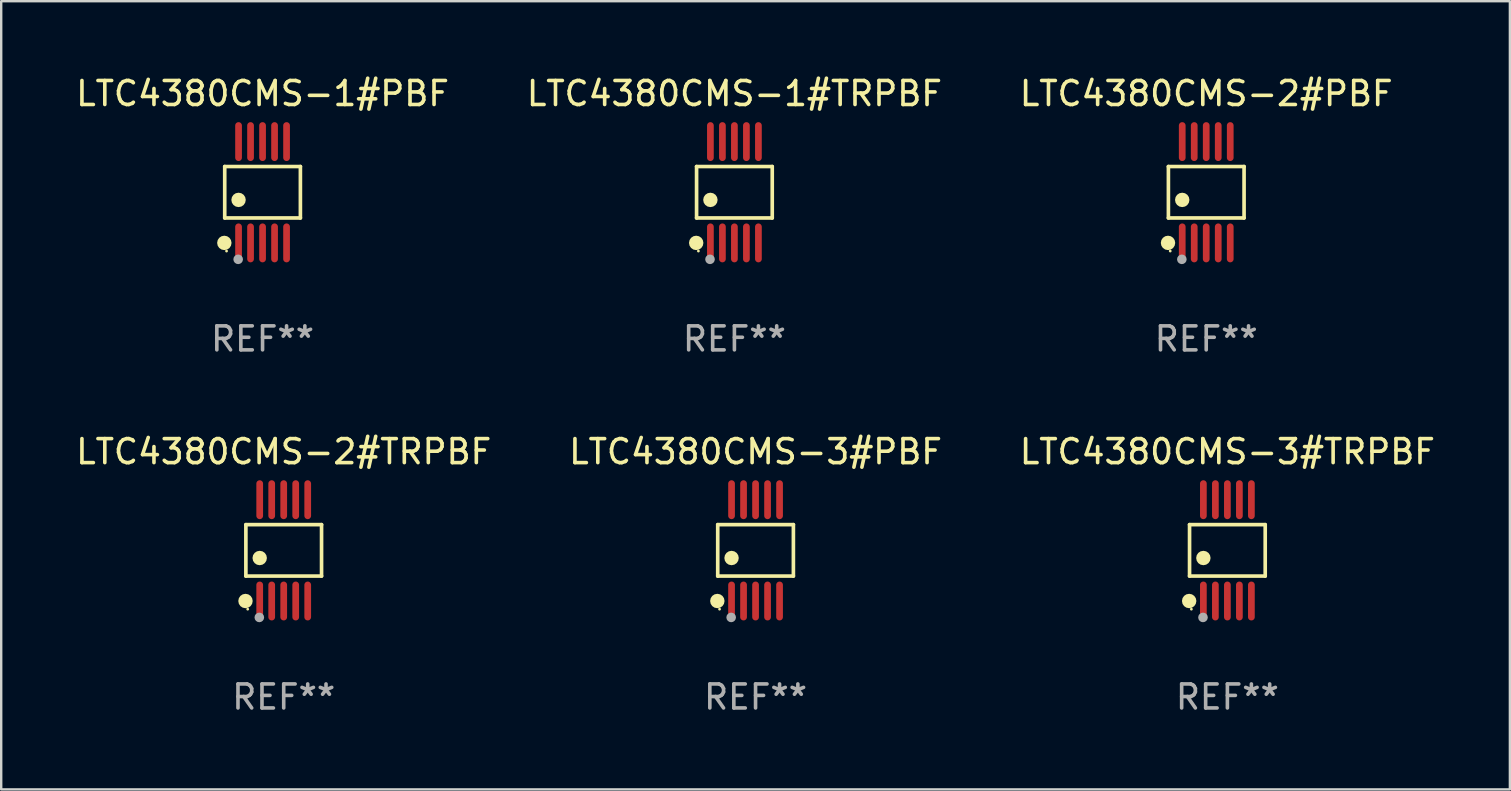
<source format=kicad_pcb>
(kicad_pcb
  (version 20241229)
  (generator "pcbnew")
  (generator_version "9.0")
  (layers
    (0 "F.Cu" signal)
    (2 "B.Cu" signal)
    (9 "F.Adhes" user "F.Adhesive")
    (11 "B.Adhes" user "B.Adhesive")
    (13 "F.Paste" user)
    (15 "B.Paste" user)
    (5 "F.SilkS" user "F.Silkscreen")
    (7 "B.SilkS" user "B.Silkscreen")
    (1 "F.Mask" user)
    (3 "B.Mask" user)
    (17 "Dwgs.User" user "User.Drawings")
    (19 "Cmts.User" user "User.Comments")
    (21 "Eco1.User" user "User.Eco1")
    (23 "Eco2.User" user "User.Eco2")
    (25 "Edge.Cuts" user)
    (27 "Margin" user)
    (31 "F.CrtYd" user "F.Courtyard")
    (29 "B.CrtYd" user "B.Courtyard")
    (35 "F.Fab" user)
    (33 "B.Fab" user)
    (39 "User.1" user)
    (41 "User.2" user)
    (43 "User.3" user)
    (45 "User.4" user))
  (footprint "LTC4380CMS-2#PBF"
    (layer "F.Cu")
    (at 47.196 4.958)
    (property "Reference" "LTC4380CMS-2#PBF" (at 0 -4.11 0) (layer "F.SilkS") (effects (font (size 1 1) (thickness 0.15))))
    (attr through_hole)
    (fp_line (start -1.576 -1.071) (end 1.576 -1.071) (stroke (width 0.152) (type solid)) (layer "F.SilkS"))
    (fp_line (start -1.576 1.071) (end -1.576 -1.071) (stroke (width 0.152) (type solid)) (layer "F.SilkS"))
    (fp_line (start 1.576 -1.071) (end 1.576 1.071) (stroke (width 0.152) (type solid)) (layer "F.SilkS"))
    (fp_line (start 1.576 1.071) (end -1.576 1.071) (stroke (width 0.152) (type solid)) (layer "F.SilkS"))
    (fp_circle (center -1.592 2.11) (end -1.442 2.11) (stroke (width 0.3) (type solid)) (fill no) (layer "F.SilkS"))
    (fp_circle (center -1.5 2.45) (end -1.47 2.45) (stroke (width 0.06) (type solid)) (fill no) (layer "F.SilkS"))
    (fp_circle (center -1 0.319) (end -0.85 0.319) (stroke (width 0.3) (type solid)) (fill no) (layer "F.SilkS"))
    (fp_circle (center -1.016 2.794) (end -0.916 2.794) (stroke (width 0.2) (type solid)) (fill no) (layer "F.Fab"))
    (fp_text user "REF**" (at 0 6.11 0) (layer "F.Fab") (effects (font (size 1 1) (thickness 0.15))))
    (pad "1" smd oval (at -1 2.11) (size 0.28 1.62) (layers "F.Cu" "F.Mask" "F.Paste"))
    (pad "2" smd oval (at -0.5 2.11) (size 0.28 1.62) (layers "F.Cu" "F.Mask" "F.Paste"))
    (pad "3" smd oval (at 0 2.11) (size 0.28 1.62) (layers "F.Cu" "F.Mask" "F.Paste"))
    (pad "4" smd oval (at 0.5 2.11) (size 0.28 1.62) (layers "F.Cu" "F.Mask" "F.Paste"))
    (pad "5" smd oval (at 1 2.11) (size 0.28 1.62) (layers "F.Cu" "F.Mask" "F.Paste"))
    (pad "6" smd oval (at 1 -2.11) (size 0.28 1.62) (layers "F.Cu" "F.Mask" "F.Paste"))
    (pad "7" smd oval (at 0.5 -2.11) (size 0.28 1.62) (layers "F.Cu" "F.Mask" "F.Paste"))
    (pad "8" smd oval (at 0 -2.11) (size 0.28 1.62) (layers "F.Cu" "F.Mask" "F.Paste"))
    (pad "9" smd oval (at -0.5 -2.11) (size 0.28 1.62) (layers "F.Cu" "F.Mask" "F.Paste"))
    (pad "10" smd oval (at -1 -2.11) (size 0.28 1.62) (layers "F.Cu" "F.Mask" "F.Paste")))
  (footprint "LTC4380CMS-3#PBF"
    (layer "F.Cu")
    (at 28.423 19.875)
    (property "Reference" "LTC4380CMS-3#PBF" (at 0 -4.11 0) (layer "F.SilkS") (effects (font (size 1 1) (thickness 0.15))))
    (attr through_hole)
    (fp_line (start -1.576 -1.071) (end 1.576 -1.071) (stroke (width 0.152) (type solid)) (layer "F.SilkS"))
    (fp_line (start -1.576 1.071) (end -1.576 -1.071) (stroke (width 0.152) (type solid)) (layer "F.SilkS"))
    (fp_line (start 1.576 -1.071) (end 1.576 1.071) (stroke (width 0.152) (type solid)) (layer "F.SilkS"))
    (fp_line (start 1.576 1.071) (end -1.576 1.071) (stroke (width 0.152) (type solid)) (layer "F.SilkS"))
    (fp_circle (center -1.592 2.11) (end -1.442 2.11) (stroke (width 0.3) (type solid)) (fill no) (layer "F.SilkS"))
    (fp_circle (center -1.5 2.45) (end -1.47 2.45) (stroke (width 0.06) (type solid)) (fill no) (layer "F.SilkS"))
    (fp_circle (center -1 0.319) (end -0.85 0.319) (stroke (width 0.3) (type solid)) (fill no) (layer "F.SilkS"))
    (fp_circle (center -1.016 2.794) (end -0.916 2.794) (stroke (width 0.2) (type solid)) (fill no) (layer "F.Fab"))
    (fp_text user "REF**" (at 0 6.11 0) (layer "F.Fab") (effects (font (size 1 1) (thickness 0.15))))
    (pad "1" smd oval (at -1 2.11) (size 0.28 1.62) (layers "F.Cu" "F.Mask" "F.Paste"))
    (pad "2" smd oval (at -0.5 2.11) (size 0.28 1.62) (layers "F.Cu" "F.Mask" "F.Paste"))
    (pad "3" smd oval (at 0 2.11) (size 0.28 1.62) (layers "F.Cu" "F.Mask" "F.Paste"))
    (pad "4" smd oval (at 0.5 2.11) (size 0.28 1.62) (layers "F.Cu" "F.Mask" "F.Paste"))
    (pad "5" smd oval (at 1 2.11) (size 0.28 1.62) (layers "F.Cu" "F.Mask" "F.Paste"))
    (pad "6" smd oval (at 1 -2.11) (size 0.28 1.62) (layers "F.Cu" "F.Mask" "F.Paste"))
    (pad "7" smd oval (at 0.5 -2.11) (size 0.28 1.62) (layers "F.Cu" "F.Mask" "F.Paste"))
    (pad "8" smd oval (at 0 -2.11) (size 0.28 1.62) (layers "F.Cu" "F.Mask" "F.Paste"))
    (pad "9" smd oval (at -0.5 -2.11) (size 0.28 1.62) (layers "F.Cu" "F.Mask" "F.Paste"))
    (pad "10" smd oval (at -1 -2.11) (size 0.28 1.62) (layers "F.Cu" "F.Mask" "F.Paste")))
  (footprint "LTC4380CMS-3#TRPBF"
    (layer "F.Cu")
    (at 48.077 19.875)
    (property "Reference" "LTC4380CMS-3#TRPBF" (at 0 -4.11 0) (layer "F.SilkS") (effects (font (size 1 1) (thickness 0.15))))
    (attr through_hole)
    (fp_line (start -1.576 -1.071) (end 1.576 -1.071) (stroke (width 0.152) (type solid)) (layer "F.SilkS"))
    (fp_line (start -1.576 1.071) (end -1.576 -1.071) (stroke (width 0.152) (type solid)) (layer "F.SilkS"))
    (fp_line (start 1.576 -1.071) (end 1.576 1.071) (stroke (width 0.152) (type solid)) (layer "F.SilkS"))
    (fp_line (start 1.576 1.071) (end -1.576 1.071) (stroke (width 0.152) (type solid)) (layer "F.SilkS"))
    (fp_circle (center -1.592 2.11) (end -1.442 2.11) (stroke (width 0.3) (type solid)) (fill no) (layer "F.SilkS"))
    (fp_circle (center -1.5 2.45) (end -1.47 2.45) (stroke (width 0.06) (type solid)) (fill no) (layer "F.SilkS"))
    (fp_circle (center -1 0.319) (end -0.85 0.319) (stroke (width 0.3) (type solid)) (fill no) (layer "F.SilkS"))
    (fp_circle (center -1.016 2.794) (end -0.916 2.794) (stroke (width 0.2) (type solid)) (fill no) (layer "F.Fab"))
    (fp_text user "REF**" (at 0 6.11 0) (layer "F.Fab") (effects (font (size 1 1) (thickness 0.15))))
    (pad "1" smd oval (at -1 2.11) (size 0.28 1.62) (layers "F.Cu" "F.Mask" "F.Paste"))
    (pad "2" smd oval (at -0.5 2.11) (size 0.28 1.62) (layers "F.Cu" "F.Mask" "F.Paste"))
    (pad "3" smd oval (at 0 2.11) (size 0.28 1.62) (layers "F.Cu" "F.Mask" "F.Paste"))
    (pad "4" smd oval (at 0.5 2.11) (size 0.28 1.62) (layers "F.Cu" "F.Mask" "F.Paste"))
    (pad "5" smd oval (at 1 2.11) (size 0.28 1.62) (layers "F.Cu" "F.Mask" "F.Paste"))
    (pad "6" smd oval (at 1 -2.11) (size 0.28 1.62) (layers "F.Cu" "F.Mask" "F.Paste"))
    (pad "7" smd oval (at 0.5 -2.11) (size 0.28 1.62) (layers "F.Cu" "F.Mask" "F.Paste"))
    (pad "8" smd oval (at 0 -2.11) (size 0.28 1.62) (layers "F.Cu" "F.Mask" "F.Paste"))
    (pad "9" smd oval (at -0.5 -2.11) (size 0.28 1.62) (layers "F.Cu" "F.Mask" "F.Paste"))
    (pad "10" smd oval (at -1 -2.11) (size 0.28 1.62) (layers "F.Cu" "F.Mask" "F.Paste")))
  (footprint "LTC4380CMS-2#TRPBF"
    (layer "F.Cu")
    (at 8.768 19.875)
    (property "Reference" "LTC4380CMS-2#TRPBF" (at 0 -4.11 0) (layer "F.SilkS") (effects (font (size 1 1) (thickness 0.15))))
    (attr through_hole)
    (fp_line (start -1.576 -1.071) (end 1.576 -1.071) (stroke (width 0.152) (type solid)) (layer "F.SilkS"))
    (fp_line (start -1.576 1.071) (end -1.576 -1.071) (stroke (width 0.152) (type solid)) (layer "F.SilkS"))
    (fp_line (start 1.576 -1.071) (end 1.576 1.071) (stroke (width 0.152) (type solid)) (layer "F.SilkS"))
    (fp_line (start 1.576 1.071) (end -1.576 1.071) (stroke (width 0.152) (type solid)) (layer "F.SilkS"))
    (fp_circle (center -1.592 2.11) (end -1.442 2.11) (stroke (width 0.3) (type solid)) (fill no) (layer "F.SilkS"))
    (fp_circle (center -1.5 2.45) (end -1.47 2.45) (stroke (width 0.06) (type solid)) (fill no) (layer "F.SilkS"))
    (fp_circle (center -1 0.319) (end -0.85 0.319) (stroke (width 0.3) (type solid)) (fill no) (layer "F.SilkS"))
    (fp_circle (center -1.016 2.794) (end -0.916 2.794) (stroke (width 0.2) (type solid)) (fill no) (layer "F.Fab"))
    (fp_text user "REF**" (at 0 6.11 0) (layer "F.Fab") (effects (font (size 1 1) (thickness 0.15))))
    (pad "1" smd oval (at -1 2.11) (size 0.28 1.62) (layers "F.Cu" "F.Mask" "F.Paste"))
    (pad "2" smd oval (at -0.5 2.11) (size 0.28 1.62) (layers "F.Cu" "F.Mask" "F.Paste"))
    (pad "3" smd oval (at 0 2.11) (size 0.28 1.62) (layers "F.Cu" "F.Mask" "F.Paste"))
    (pad "4" smd oval (at 0.5 2.11) (size 0.28 1.62) (layers "F.Cu" "F.Mask" "F.Paste"))
    (pad "5" smd oval (at 1 2.11) (size 0.28 1.62) (layers "F.Cu" "F.Mask" "F.Paste"))
    (pad "6" smd oval (at 1 -2.11) (size 0.28 1.62) (layers "F.Cu" "F.Mask" "F.Paste"))
    (pad "7" smd oval (at 0.5 -2.11) (size 0.28 1.62) (layers "F.Cu" "F.Mask" "F.Paste"))
    (pad "8" smd oval (at 0 -2.11) (size 0.28 1.62) (layers "F.Cu" "F.Mask" "F.Paste"))
    (pad "9" smd oval (at -0.5 -2.11) (size 0.28 1.62) (layers "F.Cu" "F.Mask" "F.Paste"))
    (pad "10" smd oval (at -1 -2.11) (size 0.28 1.62) (layers "F.Cu" "F.Mask" "F.Paste")))
  (footprint "LTC4380CMS-1#PBF"
    (layer "F.Cu")
    (at 7.887 4.958)
    (property "Reference" "LTC4380CMS-1#PBF" (at 0 -4.11 0) (layer "F.SilkS") (effects (font (size 1 1) (thickness 0.15))))
    (attr through_hole)
    (fp_line (start -1.576 -1.071) (end 1.576 -1.071) (stroke (width 0.152) (type solid)) (layer "F.SilkS"))
    (fp_line (start -1.576 1.071) (end -1.576 -1.071) (stroke (width 0.152) (type solid)) (layer "F.SilkS"))
    (fp_line (start 1.576 -1.071) (end 1.576 1.071) (stroke (width 0.152) (type solid)) (layer "F.SilkS"))
    (fp_line (start 1.576 1.071) (end -1.576 1.071) (stroke (width 0.152) (type solid)) (layer "F.SilkS"))
    (fp_circle (center -1.592 2.11) (end -1.442 2.11) (stroke (width 0.3) (type solid)) (fill no) (layer "F.SilkS"))
    (fp_circle (center -1.5 2.45) (end -1.47 2.45) (stroke (width 0.06) (type solid)) (fill no) (layer "F.SilkS"))
    (fp_circle (center -1 0.319) (end -0.85 0.319) (stroke (width 0.3) (type solid)) (fill no) (layer "F.SilkS"))
    (fp_circle (center -1.016 2.794) (end -0.916 2.794) (stroke (width 0.2) (type solid)) (fill no) (layer "F.Fab"))
    (fp_text user "REF**" (at 0 6.11 0) (layer "F.Fab") (effects (font (size 1 1) (thickness 0.15))))
    (pad "1" smd oval (at -1 2.11) (size 0.28 1.62) (layers "F.Cu" "F.Mask" "F.Paste"))
    (pad "2" smd oval (at -0.5 2.11) (size 0.28 1.62) (layers "F.Cu" "F.Mask" "F.Paste"))
    (pad "3" smd oval (at 0 2.11) (size 0.28 1.62) (layers "F.Cu" "F.Mask" "F.Paste"))
    (pad "4" smd oval (at 0.5 2.11) (size 0.28 1.62) (layers "F.Cu" "F.Mask" "F.Paste"))
    (pad "5" smd oval (at 1 2.11) (size 0.28 1.62) (layers "F.Cu" "F.Mask" "F.Paste"))
    (pad "6" smd oval (at 1 -2.11) (size 0.28 1.62) (layers "F.Cu" "F.Mask" "F.Paste"))
    (pad "7" smd oval (at 0.5 -2.11) (size 0.28 1.62) (layers "F.Cu" "F.Mask" "F.Paste"))
    (pad "8" smd oval (at 0 -2.11) (size 0.28 1.62) (layers "F.Cu" "F.Mask" "F.Paste"))
    (pad "9" smd oval (at -0.5 -2.11) (size 0.28 1.62) (layers "F.Cu" "F.Mask" "F.Paste"))
    (pad "10" smd oval (at -1 -2.11) (size 0.28 1.62) (layers "F.Cu" "F.Mask" "F.Paste")))
  (footprint "LTC4380CMS-1#TRPBF"
    (layer "F.Cu")
    (at 27.542 4.958)
    (property "Reference" "LTC4380CMS-1#TRPBF" (at 0 -4.11 0) (layer "F.SilkS") (effects (font (size 1 1) (thickness 0.15))))
    (attr through_hole)
    (fp_line (start -1.576 -1.071) (end 1.576 -1.071) (stroke (width 0.152) (type solid)) (layer "F.SilkS"))
    (fp_line (start -1.576 1.071) (end -1.576 -1.071) (stroke (width 0.152) (type solid)) (layer "F.SilkS"))
    (fp_line (start 1.576 -1.071) (end 1.576 1.071) (stroke (width 0.152) (type solid)) (layer "F.SilkS"))
    (fp_line (start 1.576 1.071) (end -1.576 1.071) (stroke (width 0.152) (type solid)) (layer "F.SilkS"))
    (fp_circle (center -1.592 2.11) (end -1.442 2.11) (stroke (width 0.3) (type solid)) (fill no) (layer "F.SilkS"))
    (fp_circle (center -1.5 2.45) (end -1.47 2.45) (stroke (width 0.06) (type solid)) (fill no) (layer "F.SilkS"))
    (fp_circle (center -1 0.319) (end -0.85 0.319) (stroke (width 0.3) (type solid)) (fill no) (layer "F.SilkS"))
    (fp_circle (center -1.016 2.794) (end -0.916 2.794) (stroke (width 0.2) (type solid)) (fill no) (layer "F.Fab"))
    (fp_text user "REF**" (at 0 6.11 0) (layer "F.Fab") (effects (font (size 1 1) (thickness 0.15))))
    (pad "1" smd oval (at -1 2.11) (size 0.28 1.62) (layers "F.Cu" "F.Mask" "F.Paste"))
    (pad "2" smd oval (at -0.5 2.11) (size 0.28 1.62) (layers "F.Cu" "F.Mask" "F.Paste"))
    (pad "3" smd oval (at 0 2.11) (size 0.28 1.62) (layers "F.Cu" "F.Mask" "F.Paste"))
    (pad "4" smd oval (at 0.5 2.11) (size 0.28 1.62) (layers "F.Cu" "F.Mask" "F.Paste"))
    (pad "5" smd oval (at 1 2.11) (size 0.28 1.62) (layers "F.Cu" "F.Mask" "F.Paste"))
    (pad "6" smd oval (at 1 -2.11) (size 0.28 1.62) (layers "F.Cu" "F.Mask" "F.Paste"))
    (pad "7" smd oval (at 0.5 -2.11) (size 0.28 1.62) (layers "F.Cu" "F.Mask" "F.Paste"))
    (pad "8" smd oval (at 0 -2.11) (size 0.28 1.62) (layers "F.Cu" "F.Mask" "F.Paste"))
    (pad "9" smd oval (at -0.5 -2.11) (size 0.28 1.62) (layers "F.Cu" "F.Mask" "F.Paste"))
    (pad "10" smd oval (at -1 -2.11) (size 0.28 1.62) (layers "F.Cu" "F.Mask" "F.Paste")))
  (gr_rect
    (start -3 -3)
    (end 59.845 29.833)
    (stroke (width 0.1) (type default))
    (fill no)
    (layer "Edge.Cuts")))
</source>
